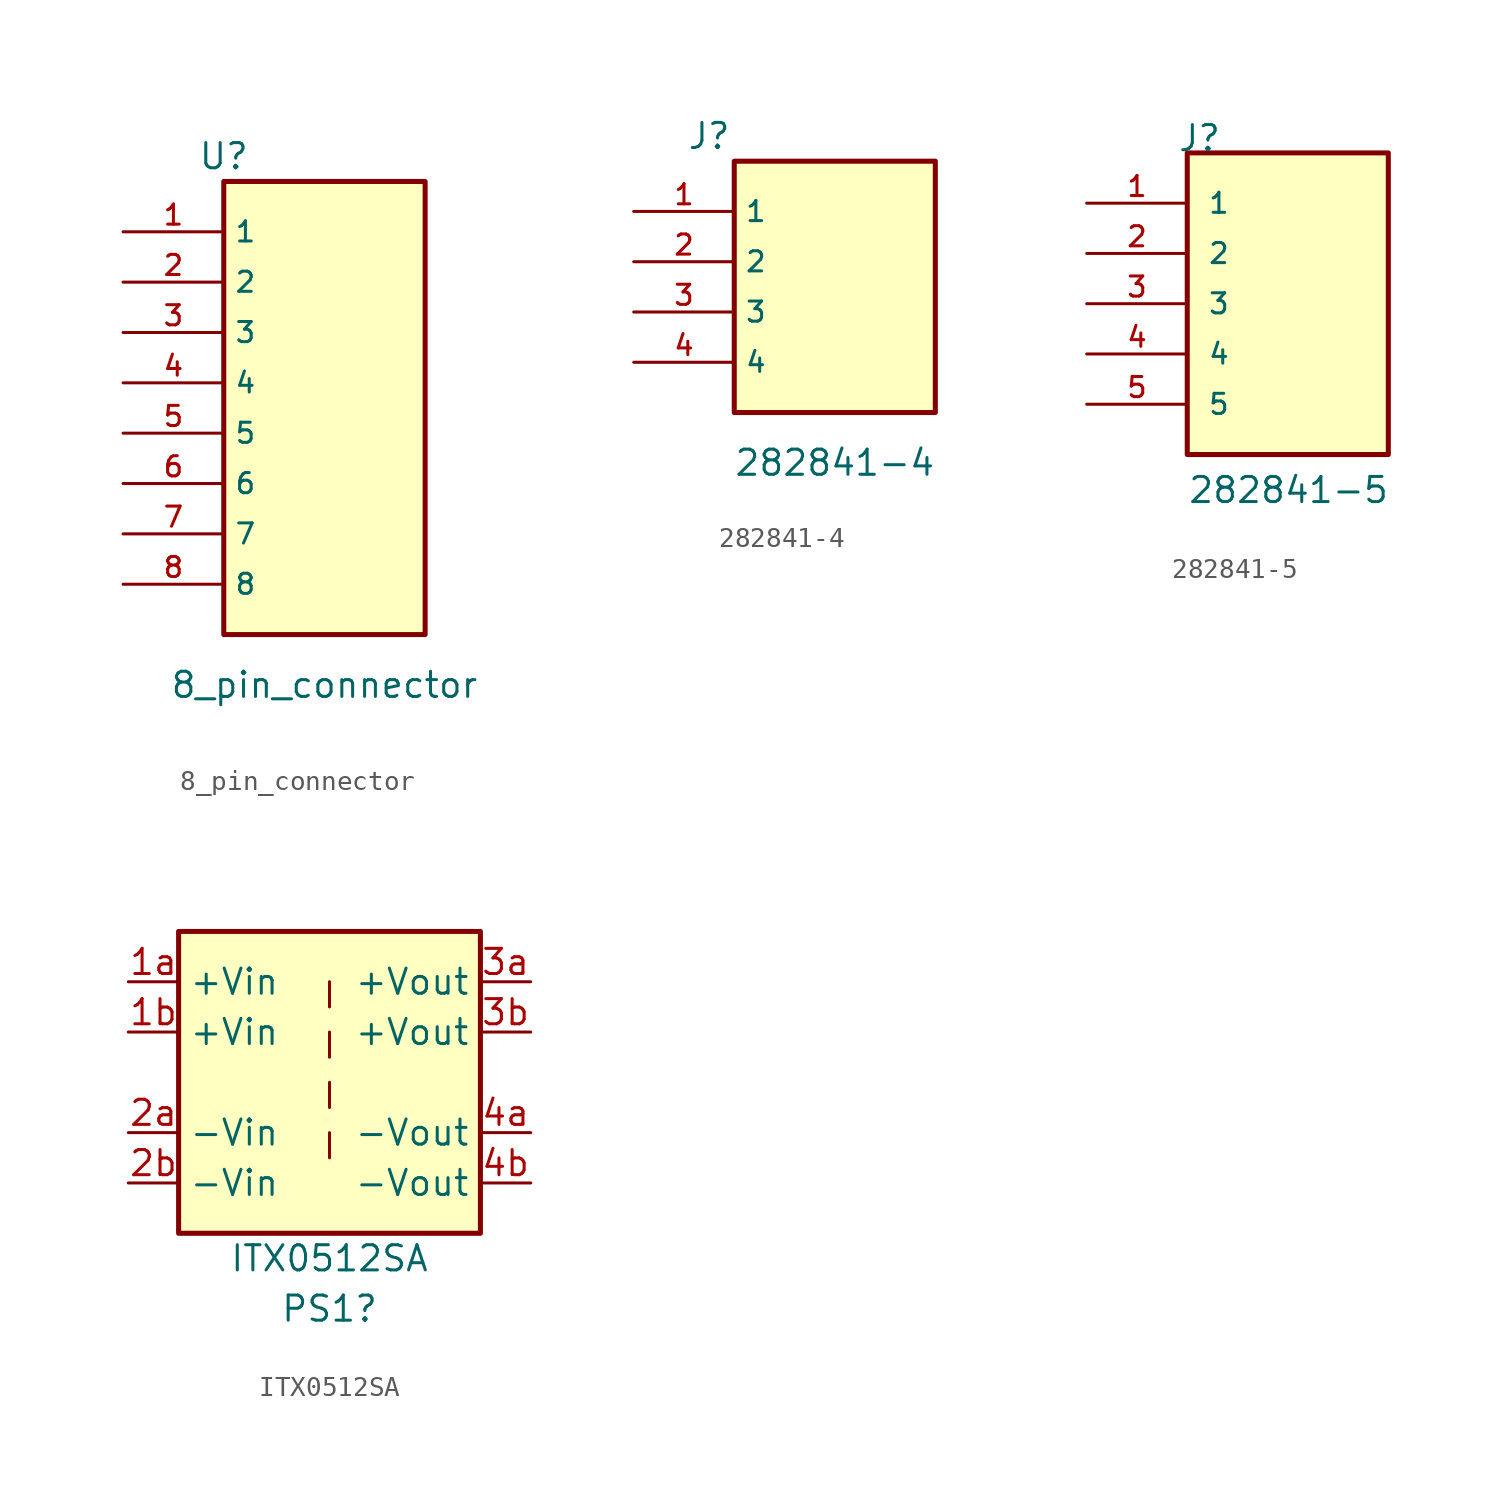
<source format=kicad_sym>
(kicad_symbol_lib
  (version 20211014)
  (generator kicad_symbol_editor)
  (symbol "8_pin_connector"
    (property "Reference" "U"
      (at -5.08 12.7 0)
      (effects (font (size 1.27 1.27))))
    (property "Value" "8_pin_connector"
      (at 0 -13.97 0)
      (effects (font (size 1.27 1.27))))
    (symbol "8_pin_connector_0_0"
      (pin passive line (at -10.16 8.89 0) (length 5.08) (name "1" (effects (font (size 1.016 1.016)))) (number "1" (effects (font (size 1.016 1.016)))))
      (pin passive line (at -10.16 6.35 0) (length 5.08) (name "2" (effects (font (size 1.016 1.016)))) (number "2" (effects (font (size 1.016 1.016)))))
      (pin passive line (at -10.16 3.81 0) (length 5.08) (name "3" (effects (font (size 1.016 1.016)))) (number "3" (effects (font (size 1.016 1.016)))))
      (pin passive line (at -10.16 1.27 0) (length 5.08) (name "4" (effects (font (size 1.016 1.016)))) (number "4" (effects (font (size 1.016 1.016)))))
      (pin passive line (at -10.16 -1.27 0) (length 5.08) (name "5" (effects (font (size 1.016 1.016)))) (number "5" (effects (font (size 1.016 1.016)))))
      (pin passive line (at -10.16 -3.81 0) (length 5.08) (name "6" (effects (font (size 1.016 1.016)))) (number "6" (effects (font (size 1.016 1.016)))))
      (pin passive line (at -10.16 -6.35 0) (length 5.08) (name "7" (effects (font (size 1.016 1.016)))) (number "7" (effects (font (size 1.016 1.016)))))
      (pin passive line (at -10.16 -8.89 0) (length 5.08) (name "8" (effects (font (size 1.016 1.016)))) (number "8" (effects (font (size 1.016 1.016))))))
    (symbol "8_pin_connector_0_1"
      (rectangle (start -5.08 11.43) (end 5.08 -11.43) (stroke (width 0) (type default) (color 0 0 0 0)) (fill (type none)))
      (rectangle (start -5.08 11.43) (end 5.08 -11.43) (stroke (width 0) (type default) (color 0 0 0 0)) (fill (type background)))
      (polyline (pts (xy -5.08 11.43) (xy -5.08 -11.43) (xy 5.08 -11.43) (xy 5.08 11.43) (xy -5.08 11.43)) (stroke (width 0.254) (type default) (color 0 0 0 0)) (fill (type none)))))
  (symbol "282841-4"
    (property "Reference" "J"
      (at -6.35 7.62 0)
      (effects (font (size 1.27 1.27))))
    (property "Value" "282841-4"
      (at 0 -8.89 0)
      (effects (font (size 1.27 1.27))))
    (symbol "282841-4_0_0"
      (rectangle (start -5.08 6.35) (end 5.08 -6.35) (stroke (width 0.254) (type default) (color 0 0 0 0)) (fill (type background)))
      (pin passive line (at -10.16 3.81 0) (length 5.08) (name "1" (effects (font (size 1.016 1.016)))) (number "1" (effects (font (size 1.016 1.016)))))
      (pin passive line (at -10.16 1.27 0) (length 5.08) (name "2" (effects (font (size 1.016 1.016)))) (number "2" (effects (font (size 1.016 1.016)))))
      (pin passive line (at -10.16 -1.27 0) (length 5.08) (name "3" (effects (font (size 1.016 1.016)))) (number "3" (effects (font (size 1.016 1.016)))))
      (pin passive line (at -10.16 -3.81 0) (length 5.08) (name "4" (effects (font (size 1.016 1.016)))) (number "4" (effects (font (size 1.016 1.016)))))))
  (symbol "282841-5"
    (pin_names
      (offset 1.016))
    (property "Reference" "J"
      (at -5.588 7.62 0)
      (effects (font (size 1.27 1.27)) (justify left bottom)))
    (property "Value" "282841-5"
      (at -5.08 -10.16 0)
      (effects (font (size 1.27 1.27)) (justify left bottom)))
    (property "ki_locked" ""
      (at 0 0 0)
      (effects (font (size 1.27 1.27))))
    (symbol "282841-5_0_0"
      (rectangle (start -5.08 -7.62) (end 5.08 7.62) (stroke (width 0.254) (type default) (color 0 0 0 0)) (fill (type background)))
      (pin passive line (at -10.16 5.08 0) (length 5.08) (name "1" (effects (font (size 1.016 1.016)))) (number "1" (effects (font (size 1.016 1.016)))))
      (pin passive line (at -10.16 2.54 0) (length 5.08) (name "2" (effects (font (size 1.016 1.016)))) (number "2" (effects (font (size 1.016 1.016)))))
      (pin passive line (at -10.16 0 0) (length 5.08) (name "3" (effects (font (size 1.016 1.016)))) (number "3" (effects (font (size 1.016 1.016)))))
      (pin passive line (at -10.16 -2.54 0) (length 5.08) (name "4" (effects (font (size 1.016 1.016)))) (number "4" (effects (font (size 1.016 1.016)))))
      (pin passive line (at -10.16 -5.08 0) (length 5.08) (name "5" (effects (font (size 1.016 1.016)))) (number "5" (effects (font (size 1.016 1.016)))))))
  (symbol "ITX0512SA"
    (property "Reference" "PS1"
      (at 0 -11.43 0)
      (effects (font (size 1.27 1.27))))
    (property "Value" "ITX0512SA"
      (at 0 -8.89 0)
      (effects (font (size 1.27 1.27))))
    (symbol "ITX0512SA_0_0"
      (pin power_in line (at -10.16 5.08 0) (length 2.54) (name "+Vin" (effects (font (size 1.27 1.27)))) (number "1a" (effects (font (size 1.27 1.27)))))
      (pin power_in line (at -10.16 2.54 0) (length 2.54) (name "+Vin" (effects (font (size 1.27 1.27)))) (number "1b" (effects (font (size 1.27 1.27)))))
      (pin power_in line (at -10.16 -2.54 0) (length 2.54) (name "-Vin" (effects (font (size 1.27 1.27)))) (number "2a" (effects (font (size 1.27 1.27)))))
      (pin power_in line (at -10.16 -5.08 0) (length 2.54) (name "-Vin" (effects (font (size 1.27 1.27)))) (number "2b" (effects (font (size 1.27 1.27)))))
      (pin power_out line (at 10.16 5.08 180) (length 2.54) (name "+Vout" (effects (font (size 1.27 1.27)))) (number "3a" (effects (font (size 1.27 1.27)))))
      (pin power_out line (at 10.16 2.54 180) (length 2.54) (name "+Vout" (effects (font (size 1.27 1.27)))) (number "3b" (effects (font (size 1.27 1.27)))))
      (pin power_out line (at 10.16 -2.54 180) (length 2.54) (name "-Vout" (effects (font (size 1.27 1.27)))) (number "4a" (effects (font (size 1.27 1.27)))))
      (pin power_out line (at 10.16 -5.08 180) (length 2.54) (name "-Vout" (effects (font (size 1.27 1.27)))) (number "4b" (effects (font (size 1.27 1.27))))))
    (symbol "ITX0512SA_0_1"
      (rectangle (start -7.62 7.62) (end 7.62 -7.62) (stroke (width 0.254) (type default) (color 0 0 0 0)) (fill (type background)))
      (polyline (pts (xy 0 -2.54) (xy 0 -3.81)) (stroke (width 0) (type default) (color 0 0 0 0)) (fill (type none)))
      (polyline (pts (xy 0 0) (xy 0 -1.27)) (stroke (width 0) (type default) (color 0 0 0 0)) (fill (type none)))
      (polyline (pts (xy 0 2.54) (xy 0 1.27)) (stroke (width 0) (type default) (color 0 0 0 0)) (fill (type none)))
      (polyline (pts (xy 0 5.08) (xy 0 3.81)) (stroke (width 0) (type default) (color 0 0 0 0)) (fill (type none))))))
</source>
